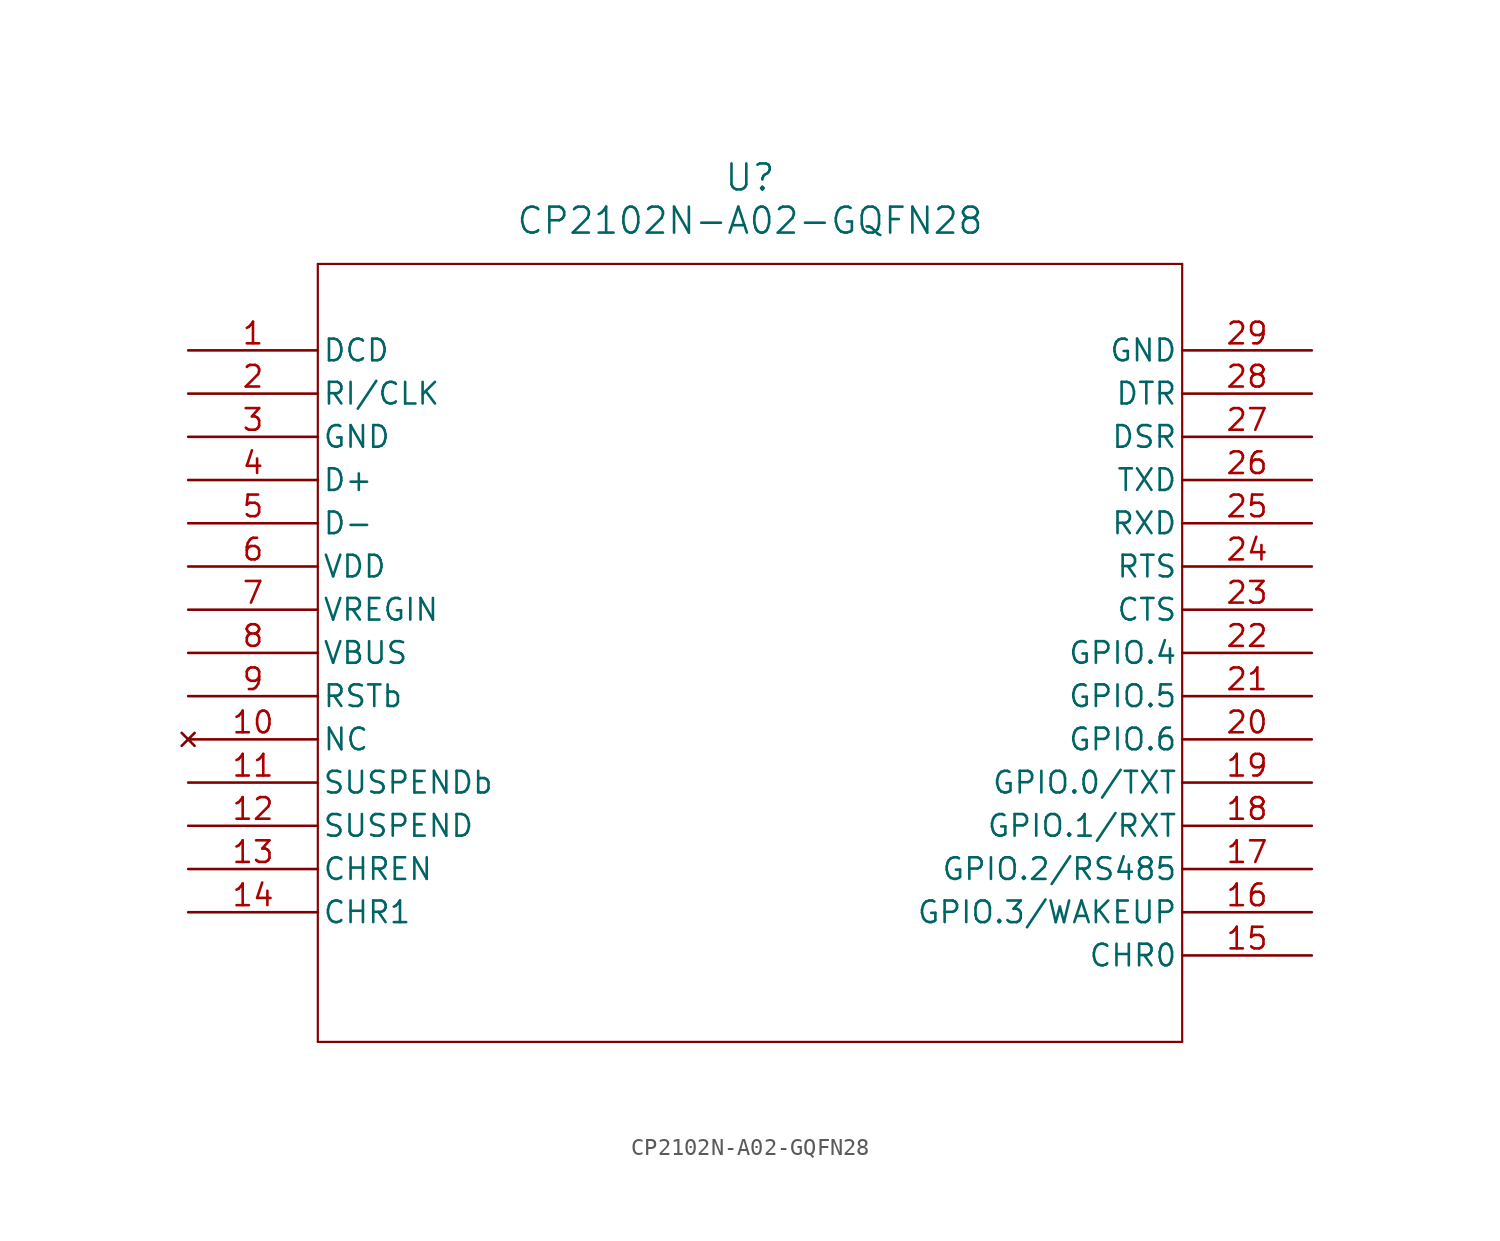
<source format=kicad_sym>
(kicad_symbol_lib
  (version 20211014)
  (generator kicad_symbol_editor)
  (symbol "CP2102N-A02-GQFN28"
    (pin_names
      (offset 0.254))
    (property "Reference" "U"
      (at 33.02 10.16 0)
      (effects (font (size 1.524 1.524))))
    (property "Value" "CP2102N-A02-GQFN28"
      (at 33.02 7.62 0)
      (effects (font (size 1.524 1.524))))
    (symbol "CP2102N-A02-GQFN28_0_1"
      (polyline (pts (xy 7.62 5.08) (xy 7.62 -40.64)) (stroke (width 0.127) (type default) (color 0 0 0 0)) (fill (type none)))
      (polyline (pts (xy 7.62 -40.64) (xy 58.42 -40.64)) (stroke (width 0.127) (type default) (color 0 0 0 0)) (fill (type none)))
      (polyline (pts (xy 58.42 -40.64) (xy 58.42 5.08)) (stroke (width 0.127) (type default) (color 0 0 0 0)) (fill (type none)))
      (polyline (pts (xy 58.42 5.08) (xy 7.62 5.08)) (stroke (width 0.127) (type default) (color 0 0 0 0)) (fill (type none)))
      (pin input line (at 0 0 0) (length 7.62) (name "DCD" (effects (font (size 1.27 1.27)))) (number "1" (effects (font (size 1.27 1.27)))))
      (pin bidirectional line (at 0 -2.54 0) (length 7.62) (name "RI/CLK" (effects (font (size 1.27 1.27)))) (number "2" (effects (font (size 1.27 1.27)))))
      (pin power_out line (at 0 -5.08 0) (length 7.62) (name "GND" (effects (font (size 1.27 1.27)))) (number "3" (effects (font (size 1.27 1.27)))))
      (pin input line (at 0 -7.62 0) (length 7.62) (name "D+" (effects (font (size 1.27 1.27)))) (number "4" (effects (font (size 1.27 1.27)))))
      (pin input line (at 0 -10.16 0) (length 7.62) (name "D-" (effects (font (size 1.27 1.27)))) (number "5" (effects (font (size 1.27 1.27)))))
      (pin power_in line (at 0 -12.7 0) (length 7.62) (name "VDD" (effects (font (size 1.27 1.27)))) (number "6" (effects (font (size 1.27 1.27)))))
      (pin power_in line (at 0 -15.24 0) (length 7.62) (name "VREGIN" (effects (font (size 1.27 1.27)))) (number "7" (effects (font (size 1.27 1.27)))))
      (pin input line (at 0 -17.78 0) (length 7.62) (name "VBUS" (effects (font (size 1.27 1.27)))) (number "8" (effects (font (size 1.27 1.27)))))
      (pin unspecified line (at 0 -20.32 0) (length 7.62) (name "RSTb" (effects (font (size 1.27 1.27)))) (number "9" (effects (font (size 1.27 1.27)))))
      (pin no_connect line (at 0 -22.86 0) (length 7.62) (name "NC" (effects (font (size 1.27 1.27)))) (number "10" (effects (font (size 1.27 1.27)))))
      (pin output line (at 0 -25.4 0) (length 7.62) (name "SUSPENDb" (effects (font (size 1.27 1.27)))) (number "11" (effects (font (size 1.27 1.27)))))
      (pin output line (at 0 -27.94 0) (length 7.62) (name "SUSPEND" (effects (font (size 1.27 1.27)))) (number "12" (effects (font (size 1.27 1.27)))))
      (pin output line (at 0 -30.48 0) (length 7.62) (name "CHREN" (effects (font (size 1.27 1.27)))) (number "13" (effects (font (size 1.27 1.27)))))
      (pin output line (at 0 -33.02 0) (length 7.62) (name "CHR1" (effects (font (size 1.27 1.27)))) (number "14" (effects (font (size 1.27 1.27)))))
      (pin output line (at 66.04 -35.56 180) (length 7.62) (name "CHR0" (effects (font (size 1.27 1.27)))) (number "15" (effects (font (size 1.27 1.27)))))
      (pin bidirectional line (at 66.04 -33.02 180) (length 7.62) (name "GPIO.3/WAKEUP" (effects (font (size 1.27 1.27)))) (number "16" (effects (font (size 1.27 1.27)))))
      (pin bidirectional line (at 66.04 -30.48 180) (length 7.62) (name "GPIO.2/RS485" (effects (font (size 1.27 1.27)))) (number "17" (effects (font (size 1.27 1.27)))))
      (pin bidirectional line (at 66.04 -27.94 180) (length 7.62) (name "GPIO.1/RXT" (effects (font (size 1.27 1.27)))) (number "18" (effects (font (size 1.27 1.27)))))
      (pin bidirectional line (at 66.04 -25.4 180) (length 7.62) (name "GPIO.0/TXT" (effects (font (size 1.27 1.27)))) (number "19" (effects (font (size 1.27 1.27)))))
      (pin bidirectional line (at 66.04 -22.86 180) (length 7.62) (name "GPIO.6" (effects (font (size 1.27 1.27)))) (number "20" (effects (font (size 1.27 1.27)))))
      (pin bidirectional line (at 66.04 -20.32 180) (length 7.62) (name "GPIO.5" (effects (font (size 1.27 1.27)))) (number "21" (effects (font (size 1.27 1.27)))))
      (pin bidirectional line (at 66.04 -17.78 180) (length 7.62) (name "GPIO.4" (effects (font (size 1.27 1.27)))) (number "22" (effects (font (size 1.27 1.27)))))
      (pin input line (at 66.04 -15.24 180) (length 7.62) (name "CTS" (effects (font (size 1.27 1.27)))) (number "23" (effects (font (size 1.27 1.27)))))
      (pin output line (at 66.04 -12.7 180) (length 7.62) (name "RTS" (effects (font (size 1.27 1.27)))) (number "24" (effects (font (size 1.27 1.27)))))
      (pin input line (at 66.04 -10.16 180) (length 7.62) (name "RXD" (effects (font (size 1.27 1.27)))) (number "25" (effects (font (size 1.27 1.27)))))
      (pin output line (at 66.04 -7.62 180) (length 7.62) (name "TXD" (effects (font (size 1.27 1.27)))) (number "26" (effects (font (size 1.27 1.27)))))
      (pin input line (at 66.04 -5.08 180) (length 7.62) (name "DSR" (effects (font (size 1.27 1.27)))) (number "27" (effects (font (size 1.27 1.27)))))
      (pin output line (at 66.04 -2.54 180) (length 7.62) (name "DTR" (effects (font (size 1.27 1.27)))) (number "28" (effects (font (size 1.27 1.27)))))
      (pin power_out line (at 66.04 0 180) (length 7.62) (name "GND" (effects (font (size 1.27 1.27)))) (number "29" (effects (font (size 1.27 1.27))))))))
</source>
